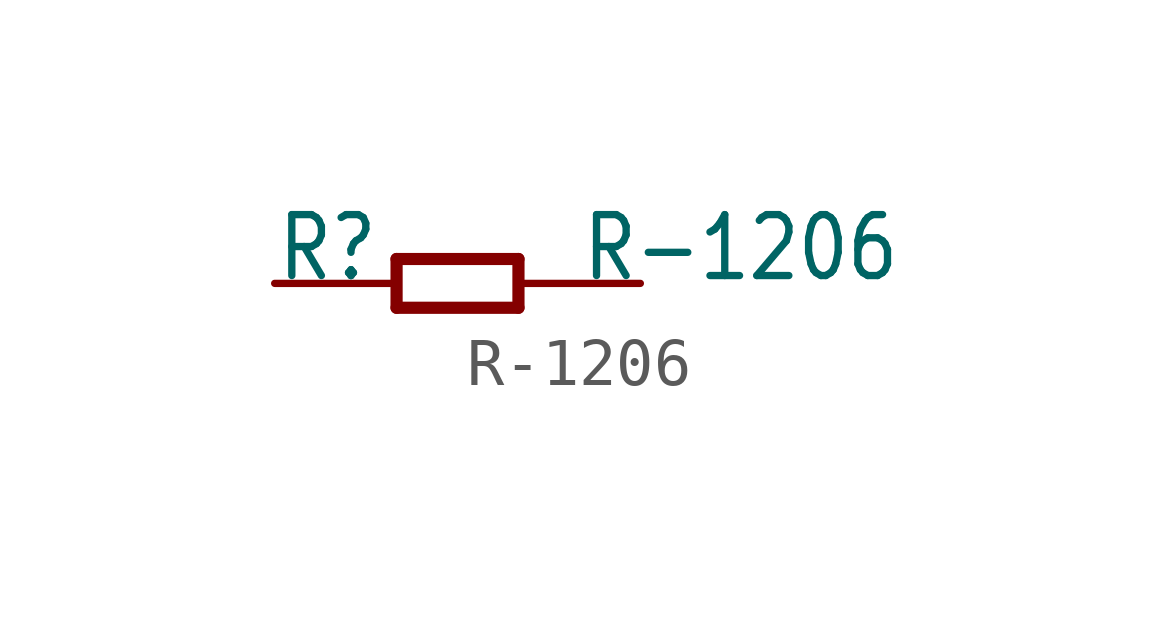
<source format=kicad_sym>
(kicad_symbol_lib
  (version 20211014)
  (generator kicad_symbol_editor)
  (symbol "R-1206"
    (property "Reference" "R"
      (at -3.81 0 0)
      (effects (font (size 1.27 1.079)) (justify left bottom)))
    (property "Value" "R-1206"
      (at 2.54 0 0)
      (effects (font (size 1.27 1.079)) (justify left bottom)))
    (property "ki_locked" ""
      (at 0 0 0)
      (effects (font (size 1.27 1.27))))
    (symbol "R-1206_1_0"
      (polyline (pts (xy -1.27 -0.508) (xy -1.27 0.508)) (stroke (width 0.254) (type default) (color 0 0 0 0)) (fill (type none)))
      (polyline (pts (xy -1.27 0.508) (xy 1.27 0.508)) (stroke (width 0.254) (type default) (color 0 0 0 0)) (fill (type none)))
      (polyline (pts (xy 1.27 -0.508) (xy -1.27 -0.508)) (stroke (width 0.254) (type default) (color 0 0 0 0)) (fill (type none)))
      (polyline (pts (xy 1.27 0.508) (xy 1.27 -0.508)) (stroke (width 0.254) (type default) (color 0 0 0 0)) (fill (type none)))
      (pin passive line (at -3.81 0 0) (length 2.54) (name "1" (effects (font (size 0 0)))) (number "1" (effects (font (size 0 0)))))
      (pin passive line (at 3.81 0 180) (length 2.54) (name "2" (effects (font (size 0 0)))) (number "2" (effects (font (size 0 0))))))))
</source>
